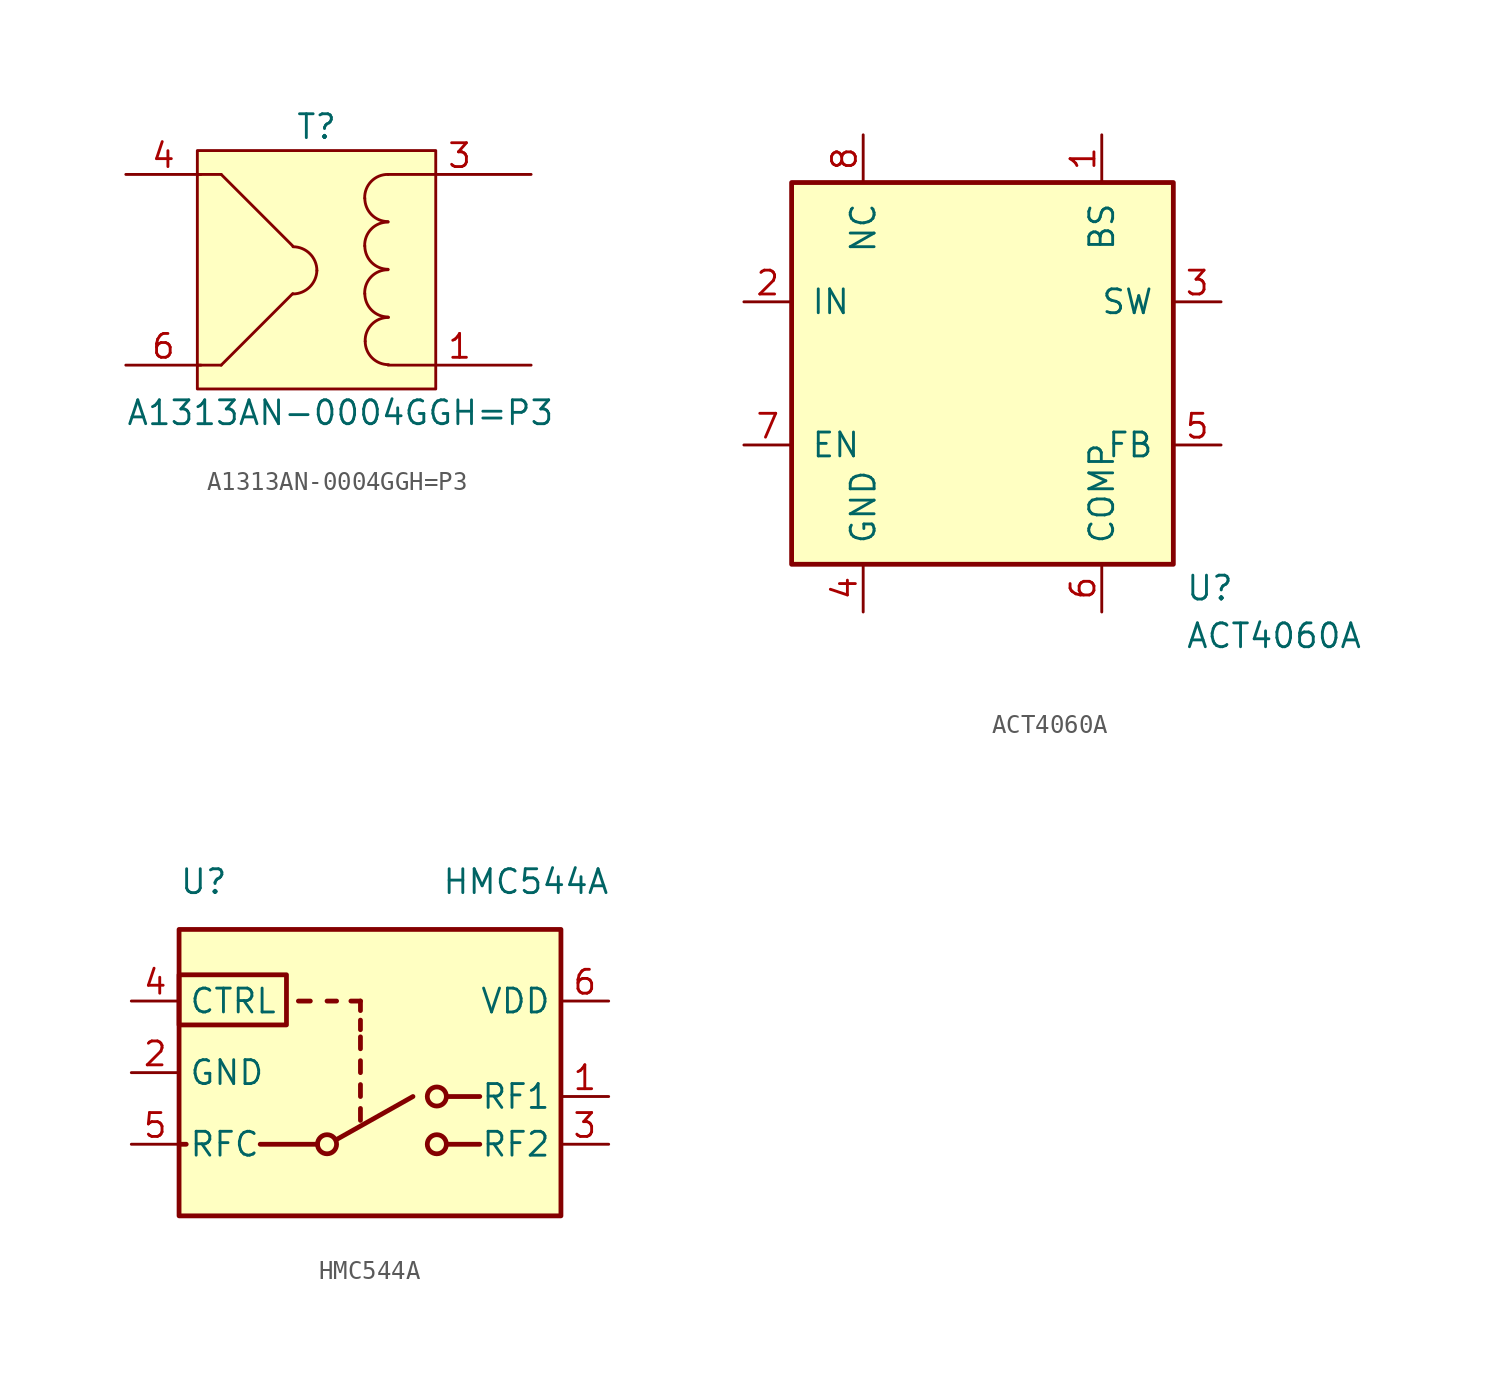
<source format=kicad_sym>
(kicad_symbol_lib
  (version 20220914)
  (generator kicad_symbol_editor)
  (symbol "A1313AN-0004GGH=P3"
    (pin_names
      (offset 1.016) hide)
    (property "Reference" "T"
      (at -1.27 7.62 0)
      (effects (font (size 1.27 1.27))))
    (property "Value" "A1313AN-0004GGH=P3"
      (at 0 -7.62 0)
      (effects (font (size 1.27 1.27))))
    (symbol "A1313AN-0004GGH=P3_0_1"
      (arc (start -2.5217 -1.2889) (mid -1.6378 -0.9206) (end -1.2517 -0.0443) (stroke (width 0) (type default)) (fill (type none)))
      (arc (start -1.2517 -0.0443) (mid -1.6237 0.8537) (end -2.5217 1.2257) (stroke (width 0) (type default)) (fill (type none)))
      (polyline (pts (xy -7.62 -5.08) (xy -6.35 -5.08)) (stroke (width 0) (type default)) (fill (type none)))
      (polyline (pts (xy -7.62 5.08) (xy -6.35 5.08)) (stroke (width 0) (type default)) (fill (type none)))
      (polyline (pts (xy -2.54 -1.27) (xy -6.35 -5.08)) (stroke (width 0) (type default)) (fill (type none)))
      (polyline (pts (xy -2.54 1.27) (xy -6.35 5.08)) (stroke (width 0) (type default)) (fill (type none)))
      (arc (start 1.2954 -1.27) (mid 1.6599 -2.1501) (end 2.54 -2.5146) (stroke (width 0) (type default)) (fill (type none)))
      (arc (start 1.2954 1.27) (mid 1.6599 0.3899) (end 2.54 0.0254) (stroke (width 0) (type default)) (fill (type none)))
      (arc (start 1.2954 3.81) (mid 1.6599 2.9299) (end 2.54 2.5654) (stroke (width 0) (type default)) (fill (type none)))
      (arc (start 1.3208 -3.81) (mid 1.6853 -4.6901) (end 2.5654 -5.0546) (stroke (width 0) (type default)) (fill (type none)))
      (arc (start 2.54 0) (mid 1.642 -0.372) (end 1.2954 -1.27) (stroke (width 0) (type default)) (fill (type none)))
      (arc (start 2.54 2.54) (mid 1.642 2.168) (end 1.2954 1.27) (stroke (width 0) (type default)) (fill (type none)))
      (arc (start 2.54 5.08) (mid 1.642 4.708) (end 1.2954 3.81) (stroke (width 0) (type default)) (fill (type none)))
      (arc (start 2.5654 -2.54) (mid 1.6674 -2.912) (end 1.3208 -3.81) (stroke (width 0) (type default)) (fill (type none))))
    (symbol "A1313AN-0004GGH=P3_1_1"
      (rectangle (start -7.62 6.35) (end 5.08 -6.35) (stroke (width 0) (type default)) (fill (type background)))
      (pin passive line (at 10.16 -5.08 180) (length 7.62) (name "SA" (effects (font (size 1.27 1.27)))) (number "1" (effects (font (size 1.27 1.27)))))
      (pin passive line (at 10.16 5.08 180) (length 7.62) (name "SB" (effects (font (size 1.27 1.27)))) (number "3" (effects (font (size 1.27 1.27)))))
      (pin passive line (at -11.43 5.08 0) (length 4) (name "AA" (effects (font (size 1.27 1.27)))) (number "4" (effects (font (size 1.27 1.27)))))
      (pin passive line (at -11.43 -5.08 0) (length 4) (name "AB" (effects (font (size 1.27 1.27)))) (number "6" (effects (font (size 1.27 1.27)))))))
  (symbol "ACT4060A"
    (pin_names
      (offset 1.016))
    (property "Reference" "U"
      (at 10.795 -11.43 0)
      (effects (font (size 1.27 1.27)) (justify left)))
    (property "Value" "ACT4060A"
      (at 10.795 -13.97 0)
      (effects (font (size 1.27 1.27)) (justify left)))
    (symbol "ACT4060A_0_1"
      (rectangle (start 10.16 -10.16) (end -10.16 10.16) (stroke (width 0.254) (type default)) (fill (type background))))
    (symbol "ACT4060A_1_1"
      (pin power_in line (at 6.35 12.7 270) (length 2.54) (name "BS" (effects (font (size 1.27 1.27)))) (number "1" (effects (font (size 1.27 1.27)))))
      (pin bidirectional line (at -12.7 3.81 0) (length 2.54) (name "IN" (effects (font (size 1.27 1.27)))) (number "2" (effects (font (size 1.27 1.27)))))
      (pin input line (at 12.7 3.81 180) (length 2.54) (name "SW" (effects (font (size 1.27 1.27)))) (number "3" (effects (font (size 1.27 1.27)))))
      (pin power_in line (at -6.35 -12.7 90) (length 2.54) (name "GND" (effects (font (size 1.27 1.27)))) (number "4" (effects (font (size 1.27 1.27)))))
      (pin bidirectional line (at 12.7 -3.81 180) (length 2.54) (name "FB" (effects (font (size 1.27 1.27)))) (number "5" (effects (font (size 1.27 1.27)))))
      (pin power_in line (at 6.35 -12.7 90) (length 2.54) (name "COMP" (effects (font (size 1.27 1.27)))) (number "6" (effects (font (size 1.27 1.27)))))
      (pin bidirectional line (at -12.7 -3.81 0) (length 2.54) (name "EN" (effects (font (size 1.27 1.27)))) (number "7" (effects (font (size 1.27 1.27)))))
      (pin input line (at -6.35 12.7 270) (length 2.54) (name "NC" (effects (font (size 1.27 1.27)))) (number "8" (effects (font (size 1.27 1.27)))))))
  (symbol "HMC544A"
    (property "Reference" "U"
      (at -10.16 16.51 0)
      (effects (font (size 1.27 1.27)) (justify left)))
    (property "Value" "HMC544A"
      (at 3.81 16.51 0)
      (effects (font (size 1.27 1.27)) (justify left)))
    (symbol "HMC544A_0_1"
      (rectangle (start -10.16 13.97) (end 10.16 -1.27) (stroke (width 0.254) (type solid)) (fill (type background)))
      (circle (center -2.286 2.54) (radius 0.508) (stroke (width 0.254) (type solid)) (fill (type none)))
      (polyline (pts (xy -10.16 2.54) (xy -9.779 2.54)) (stroke (width 0.254) (type solid)) (fill (type none)))
      (polyline (pts (xy -3.81 10.16) (xy -3.175 10.16)) (stroke (width 0.254) (type solid)) (fill (type none)))
      (polyline (pts (xy -2.794 2.54) (xy -5.842 2.54)) (stroke (width 0.254) (type solid)) (fill (type none)))
      (polyline (pts (xy -1.778 2.794) (xy 2.286 5.08)) (stroke (width 0.254) (type solid)) (fill (type none)))
      (polyline (pts (xy -1.778 10.16) (xy -2.286 10.16)) (stroke (width 0.254) (type solid)) (fill (type none)))
      (polyline (pts (xy -0.508 3.81) (xy -0.508 4.445)) (stroke (width 0.254) (type solid)) (fill (type none)))
      (polyline (pts (xy -0.508 5.08) (xy -0.508 5.715)) (stroke (width 0.254) (type solid)) (fill (type none)))
      (polyline (pts (xy -0.508 6.35) (xy -0.508 6.985)) (stroke (width 0.254) (type solid)) (fill (type none)))
      (polyline (pts (xy -0.508 7.62) (xy -0.508 8.255)) (stroke (width 0.254) (type solid)) (fill (type none)))
      (polyline (pts (xy -0.508 8.636) (xy -0.508 9.144)) (stroke (width 0.254) (type solid)) (fill (type none)))
      (polyline (pts (xy -0.508 9.652) (xy -0.508 10.16)) (stroke (width 0.254) (type solid)) (fill (type none)))
      (polyline (pts (xy -0.508 10.16) (xy -1.016 10.16)) (stroke (width 0.254) (type solid)) (fill (type none)))
      (polyline (pts (xy 4.064 2.54) (xy 5.842 2.54)) (stroke (width 0.254) (type solid)) (fill (type none)))
      (polyline (pts (xy 4.064 5.08) (xy 5.842 5.08)) (stroke (width 0.254) (type solid)) (fill (type none)))
      (polyline (pts (xy -10.16 10.16) (xy -10.16 11.557) (xy -4.445 11.557) (xy -4.445 8.89) (xy -10.16 8.89) (xy -10.16 10.16)) (stroke (width 0.254) (type solid)) (fill (type none)))
      (circle (center 3.556 2.54) (radius 0.508) (stroke (width 0.254) (type solid)) (fill (type none)))
      (circle (center 3.556 5.08) (radius 0.508) (stroke (width 0.254) (type solid)) (fill (type none))))
    (symbol "HMC544A_1_1"
      (pin bidirectional line (at 12.7 5.08 180) (length 2.54) (name "RF1" (effects (font (size 1.27 1.27)))) (number "1" (effects (font (size 1.27 1.27)))))
      (pin power_in line (at -12.7 6.35 0) (length 2.54) (name "GND" (effects (font (size 1.27 1.27)))) (number "2" (effects (font (size 1.27 1.27)))))
      (pin bidirectional line (at 12.7 2.54 180) (length 2.54) (name "RF2" (effects (font (size 1.27 1.27)))) (number "3" (effects (font (size 1.27 1.27)))))
      (pin input line (at -12.7 10.16 0) (length 2.54) (name "CTRL" (effects (font (size 1.27 1.27)))) (number "4" (effects (font (size 1.27 1.27)))))
      (pin bidirectional line (at -12.7 2.54 0) (length 2.54) (name "RFC" (effects (font (size 1.27 1.27)))) (number "5" (effects (font (size 1.27 1.27)))))
      (pin power_in line (at 12.7 10.16 180) (length 2.54) (name "VDD" (effects (font (size 1.27 1.27)))) (number "6" (effects (font (size 1.27 1.27))))))))
</source>
